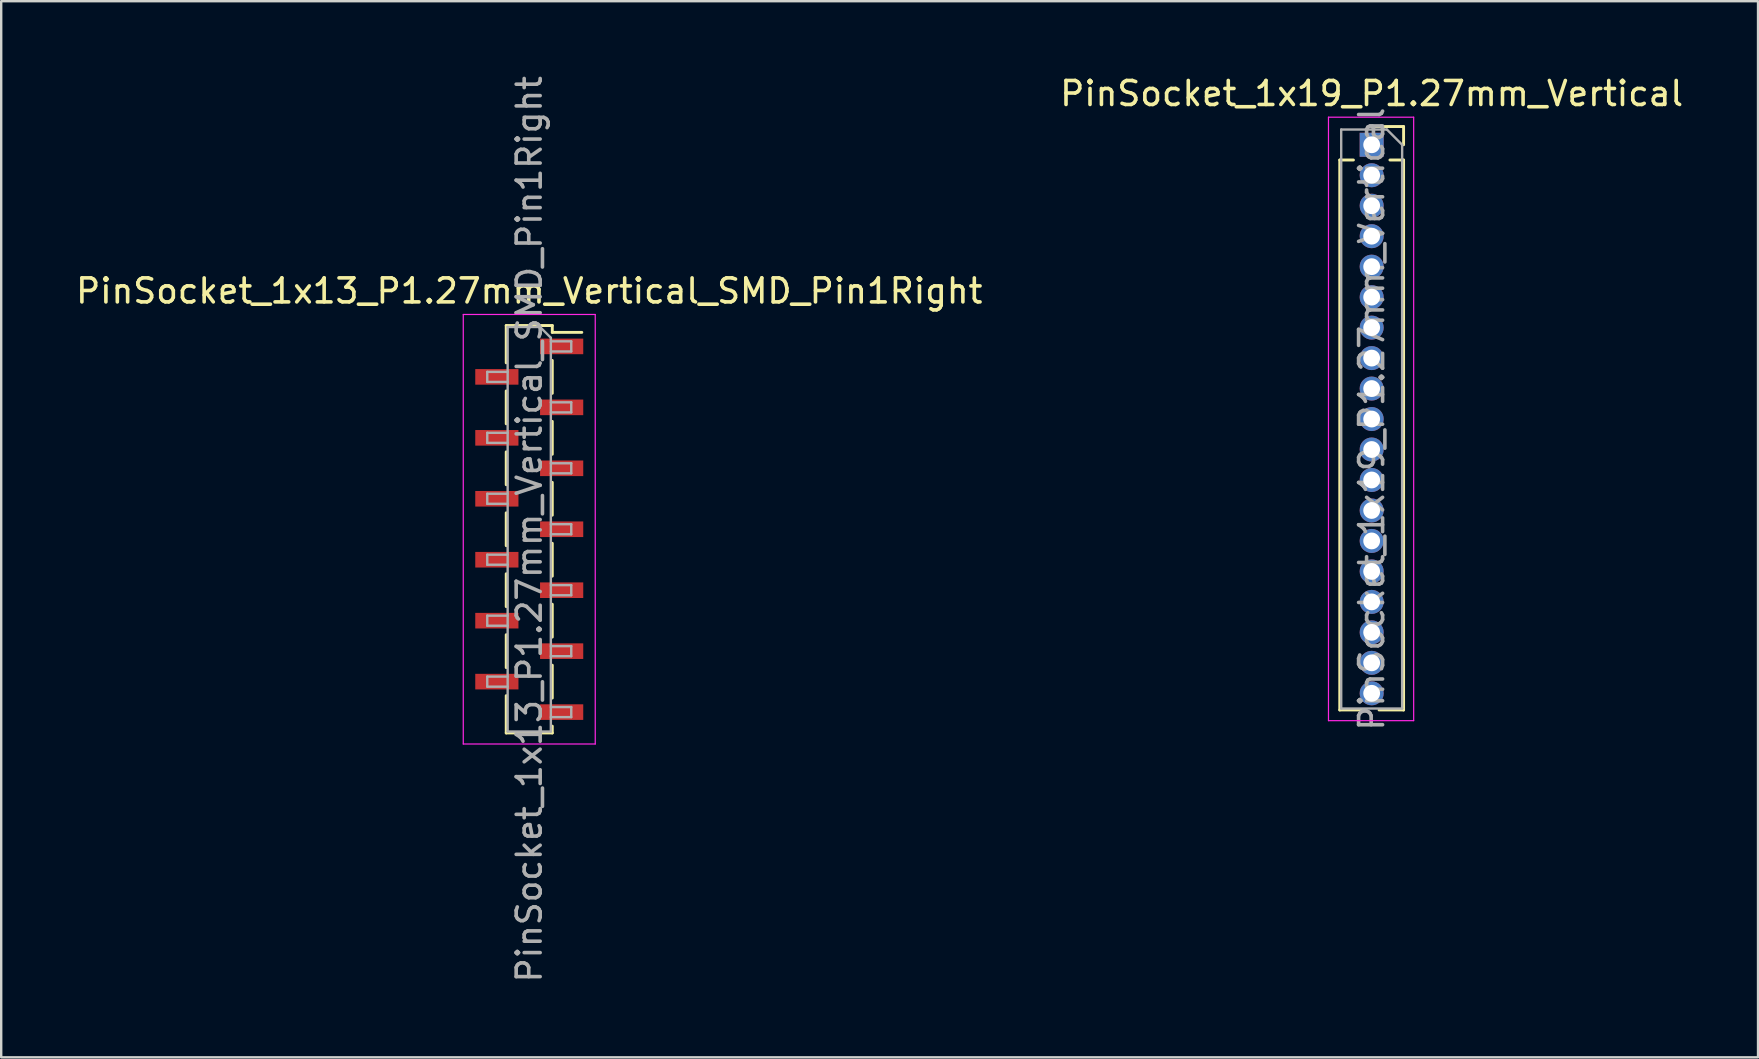
<source format=kicad_pcb>
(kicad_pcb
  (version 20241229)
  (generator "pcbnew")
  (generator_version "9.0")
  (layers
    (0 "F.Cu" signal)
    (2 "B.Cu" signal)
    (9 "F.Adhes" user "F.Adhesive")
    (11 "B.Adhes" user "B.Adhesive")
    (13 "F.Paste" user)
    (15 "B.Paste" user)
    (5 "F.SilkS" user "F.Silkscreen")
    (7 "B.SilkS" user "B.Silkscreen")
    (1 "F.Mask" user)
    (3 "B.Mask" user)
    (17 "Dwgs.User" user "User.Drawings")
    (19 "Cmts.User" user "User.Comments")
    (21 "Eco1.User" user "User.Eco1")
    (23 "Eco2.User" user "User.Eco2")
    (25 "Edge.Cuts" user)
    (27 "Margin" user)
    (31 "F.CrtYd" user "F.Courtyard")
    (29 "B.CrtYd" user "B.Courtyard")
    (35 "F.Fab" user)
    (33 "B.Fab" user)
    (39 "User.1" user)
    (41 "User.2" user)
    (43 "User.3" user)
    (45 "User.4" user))
  (footprint "PinSocket_1x19_P1.27mm_Vertical"
    (layer "F.Cu")
    (at 54.113 2.983)
    (property "Reference" "PinSocket_1x19_P1.27mm_Vertical" (at 0 -2.135 0) (layer "F.SilkS") (effects (font (size 1 1) (thickness 0.15))))
    (attr through_hole)
    (fp_line (start -1.33 0.635) (end -1.33 23.555) (stroke (width 0.12) (type solid)) (layer "F.SilkS"))
    (fp_line (start -1.33 0.635) (end -0.76 0.635) (stroke (width 0.12) (type solid)) (layer "F.SilkS"))
    (fp_line (start -1.33 23.555) (end -0.308 23.555) (stroke (width 0.12) (type solid)) (layer "F.SilkS"))
    (fp_line (start 0 -0.76) (end 1.33 -0.76) (stroke (width 0.12) (type solid)) (layer "F.SilkS"))
    (fp_line (start 0.308 23.555) (end 1.33 23.555) (stroke (width 0.12) (type solid)) (layer "F.SilkS"))
    (fp_line (start 0.76 0.635) (end 1.33 0.635) (stroke (width 0.12) (type solid)) (layer "F.SilkS"))
    (fp_line (start 1.33 -0.76) (end 1.33 0) (stroke (width 0.12) (type solid)) (layer "F.SilkS"))
    (fp_line (start 1.33 0.635) (end 1.33 23.555) (stroke (width 0.12) (type solid)) (layer "F.SilkS"))
    (fp_line (start -1.8 -1.15) (end 1.75 -1.15) (stroke (width 0.05) (type solid)) (layer "F.CrtYd"))
    (fp_line (start -1.8 24) (end -1.8 -1.15) (stroke (width 0.05) (type solid)) (layer "F.CrtYd"))
    (fp_line (start 1.75 -1.15) (end 1.75 24) (stroke (width 0.05) (type solid)) (layer "F.CrtYd"))
    (fp_line (start 1.75 24) (end -1.8 24) (stroke (width 0.05) (type solid)) (layer "F.CrtYd"))
    (fp_line (start -1.27 -0.635) (end 0.635 -0.635) (stroke (width 0.1) (type solid)) (layer "F.Fab"))
    (fp_line (start -1.27 23.495) (end -1.27 -0.635) (stroke (width 0.1) (type solid)) (layer "F.Fab"))
    (fp_line (start 0.635 -0.635) (end 1.27 0) (stroke (width 0.1) (type solid)) (layer "F.Fab"))
    (fp_line (start 1.27 0) (end 1.27 23.495) (stroke (width 0.1) (type solid)) (layer "F.Fab"))
    (fp_line (start 1.27 23.495) (end -1.27 23.495) (stroke (width 0.1) (type solid)) (layer "F.Fab"))
    (fp_text user "${REFERENCE}" (at 0 11.43 90) (layer "F.Fab") (effects (font (size 1 1) (thickness 0.15))))
    (pad "1" thru_hole rect (at 0 0) (size 1 1) (drill 0.7) (layers "*.Cu" "*.Mask"))
    (pad "2" thru_hole oval (at 0 1.27) (size 1 1) (drill 0.7) (layers "*.Cu" "*.Mask"))
    (pad "3" thru_hole oval (at 0 2.54) (size 1 1) (drill 0.7) (layers "*.Cu" "*.Mask"))
    (pad "4" thru_hole oval (at 0 3.81) (size 1 1) (drill 0.7) (layers "*.Cu" "*.Mask"))
    (pad "5" thru_hole oval (at 0 5.08) (size 1 1) (drill 0.7) (layers "*.Cu" "*.Mask"))
    (pad "6" thru_hole oval (at 0 6.35) (size 1 1) (drill 0.7) (layers "*.Cu" "*.Mask"))
    (pad "7" thru_hole oval (at 0 7.62) (size 1 1) (drill 0.7) (layers "*.Cu" "*.Mask"))
    (pad "8" thru_hole oval (at 0 8.89) (size 1 1) (drill 0.7) (layers "*.Cu" "*.Mask"))
    (pad "9" thru_hole oval (at 0 10.16) (size 1 1) (drill 0.7) (layers "*.Cu" "*.Mask"))
    (pad "10" thru_hole oval (at 0 11.43) (size 1 1) (drill 0.7) (layers "*.Cu" "*.Mask"))
    (pad "11" thru_hole oval (at 0 12.7) (size 1 1) (drill 0.7) (layers "*.Cu" "*.Mask"))
    (pad "12" thru_hole oval (at 0 13.97) (size 1 1) (drill 0.7) (layers "*.Cu" "*.Mask"))
    (pad "13" thru_hole oval (at 0 15.24) (size 1 1) (drill 0.7) (layers "*.Cu" "*.Mask"))
    (pad "14" thru_hole oval (at 0 16.51) (size 1 1) (drill 0.7) (layers "*.Cu" "*.Mask"))
    (pad "15" thru_hole oval (at 0 17.78) (size 1 1) (drill 0.7) (layers "*.Cu" "*.Mask"))
    (pad "16" thru_hole oval (at 0 19.05) (size 1 1) (drill 0.7) (layers "*.Cu" "*.Mask"))
    (pad "17" thru_hole oval (at 0 20.32) (size 1 1) (drill 0.7) (layers "*.Cu" "*.Mask"))
    (pad "18" thru_hole oval (at 0 21.59) (size 1 1) (drill 0.7) (layers "*.Cu" "*.Mask"))
    (pad "19" thru_hole oval (at 0 22.86) (size 1 1) (drill 0.7) (layers "*.Cu" "*.Mask")))
  (footprint "PinSocket_1x13_P1.27mm_Vertical_SMD_Pin1Right"
    (layer "F.Cu")
    (at 19.006 19.006)
    (property "Reference" "PinSocket_1x13_P1.27mm_Vertical_SMD_Pin1Right" (at 0 -9.93 0) (layer "F.SilkS") (effects (font (size 1 1) (thickness 0.15))))
    (attr smd)
    (fp_line (start -0.96 -8.49) (end -0.96 -6.935) (stroke (width 0.12) (type solid)) (layer "F.SilkS"))
    (fp_line (start -0.96 -8.49) (end 0.96 -8.49) (stroke (width 0.12) (type solid)) (layer "F.SilkS"))
    (fp_line (start -0.96 -5.765) (end -0.96 -4.395) (stroke (width 0.12) (type solid)) (layer "F.SilkS"))
    (fp_line (start -0.96 -3.225) (end -0.96 -1.855) (stroke (width 0.12) (type solid)) (layer "F.SilkS"))
    (fp_line (start -0.96 -0.685) (end -0.96 0.685) (stroke (width 0.12) (type solid)) (layer "F.SilkS"))
    (fp_line (start -0.96 1.855) (end -0.96 3.225) (stroke (width 0.12) (type solid)) (layer "F.SilkS"))
    (fp_line (start -0.96 4.395) (end -0.96 5.765) (stroke (width 0.12) (type solid)) (layer "F.SilkS"))
    (fp_line (start -0.96 6.935) (end -0.96 8.49) (stroke (width 0.12) (type solid)) (layer "F.SilkS"))
    (fp_line (start -0.96 8.49) (end 0.96 8.49) (stroke (width 0.12) (type solid)) (layer "F.SilkS"))
    (fp_line (start 0.96 -8.49) (end 0.96 -8.205) (stroke (width 0.12) (type solid)) (layer "F.SilkS"))
    (fp_line (start 0.96 -8.205) (end 2.19 -8.205) (stroke (width 0.12) (type solid)) (layer "F.SilkS"))
    (fp_line (start 0.96 -7.035) (end 0.96 -5.665) (stroke (width 0.12) (type solid)) (layer "F.SilkS"))
    (fp_line (start 0.96 -4.495) (end 0.96 -3.125) (stroke (width 0.12) (type solid)) (layer "F.SilkS"))
    (fp_line (start 0.96 -1.955) (end 0.96 -0.585) (stroke (width 0.12) (type solid)) (layer "F.SilkS"))
    (fp_line (start 0.96 0.585) (end 0.96 1.955) (stroke (width 0.12) (type solid)) (layer "F.SilkS"))
    (fp_line (start 0.96 3.125) (end 0.96 4.495) (stroke (width 0.12) (type solid)) (layer "F.SilkS"))
    (fp_line (start 0.96 5.665) (end 0.96 7.035) (stroke (width 0.12) (type solid)) (layer "F.SilkS"))
    (fp_line (start 0.96 8.205) (end 0.96 8.49) (stroke (width 0.12) (type solid)) (layer "F.SilkS"))
    (fp_line (start -2.75 -8.95) (end 2.75 -8.95) (stroke (width 0.05) (type solid)) (layer "F.CrtYd"))
    (fp_line (start -2.75 8.95) (end -2.75 -8.95) (stroke (width 0.05) (type solid)) (layer "F.CrtYd"))
    (fp_line (start 2.75 -8.95) (end 2.75 8.95) (stroke (width 0.05) (type solid)) (layer "F.CrtYd"))
    (fp_line (start 2.75 8.95) (end -2.75 8.95) (stroke (width 0.05) (type solid)) (layer "F.CrtYd"))
    (fp_line (start -1.75 -6.56) (end -0.9 -6.56) (stroke (width 0.1) (type solid)) (layer "F.Fab"))
    (fp_line (start -1.75 -6.14) (end -1.75 -6.56) (stroke (width 0.1) (type solid)) (layer "F.Fab"))
    (fp_line (start -1.75 -4.02) (end -0.9 -4.02) (stroke (width 0.1) (type solid)) (layer "F.Fab"))
    (fp_line (start -1.75 -3.6) (end -1.75 -4.02) (stroke (width 0.1) (type solid)) (layer "F.Fab"))
    (fp_line (start -1.75 -1.48) (end -0.9 -1.48) (stroke (width 0.1) (type solid)) (layer "F.Fab"))
    (fp_line (start -1.75 -1.06) (end -1.75 -1.48) (stroke (width 0.1) (type solid)) (layer "F.Fab"))
    (fp_line (start -1.75 1.06) (end -0.9 1.06) (stroke (width 0.1) (type solid)) (layer "F.Fab"))
    (fp_line (start -1.75 1.48) (end -1.75 1.06) (stroke (width 0.1) (type solid)) (layer "F.Fab"))
    (fp_line (start -1.75 3.6) (end -0.9 3.6) (stroke (width 0.1) (type solid)) (layer "F.Fab"))
    (fp_line (start -1.75 4.02) (end -1.75 3.6) (stroke (width 0.1) (type solid)) (layer "F.Fab"))
    (fp_line (start -1.75 6.14) (end -0.9 6.14) (stroke (width 0.1) (type solid)) (layer "F.Fab"))
    (fp_line (start -1.75 6.56) (end -1.75 6.14) (stroke (width 0.1) (type solid)) (layer "F.Fab"))
    (fp_line (start -0.9 -8.43) (end 0.45 -8.43) (stroke (width 0.1) (type solid)) (layer "F.Fab"))
    (fp_line (start -0.9 -6.14) (end -1.75 -6.14) (stroke (width 0.1) (type solid)) (layer "F.Fab"))
    (fp_line (start -0.9 -3.6) (end -1.75 -3.6) (stroke (width 0.1) (type solid)) (layer "F.Fab"))
    (fp_line (start -0.9 -1.06) (end -1.75 -1.06) (stroke (width 0.1) (type solid)) (layer "F.Fab"))
    (fp_line (start -0.9 1.48) (end -1.75 1.48) (stroke (width 0.1) (type solid)) (layer "F.Fab"))
    (fp_line (start -0.9 4.02) (end -1.75 4.02) (stroke (width 0.1) (type solid)) (layer "F.Fab"))
    (fp_line (start -0.9 6.56) (end -1.75 6.56) (stroke (width 0.1) (type solid)) (layer "F.Fab"))
    (fp_line (start -0.9 8.43) (end -0.9 -8.43) (stroke (width 0.1) (type solid)) (layer "F.Fab"))
    (fp_line (start 0.45 -8.43) (end 0.9 -7.98) (stroke (width 0.1) (type solid)) (layer "F.Fab"))
    (fp_line (start 0.9 -7.98) (end 0.9 8.43) (stroke (width 0.1) (type solid)) (layer "F.Fab"))
    (fp_line (start 0.9 -7.83) (end 1.75 -7.83) (stroke (width 0.1) (type solid)) (layer "F.Fab"))
    (fp_line (start 0.9 -5.29) (end 1.75 -5.29) (stroke (width 0.1) (type solid)) (layer "F.Fab"))
    (fp_line (start 0.9 -2.75) (end 1.75 -2.75) (stroke (width 0.1) (type solid)) (layer "F.Fab"))
    (fp_line (start 0.9 -0.21) (end 1.75 -0.21) (stroke (width 0.1) (type solid)) (layer "F.Fab"))
    (fp_line (start 0.9 2.33) (end 1.75 2.33) (stroke (width 0.1) (type solid)) (layer "F.Fab"))
    (fp_line (start 0.9 4.87) (end 1.75 4.87) (stroke (width 0.1) (type solid)) (layer "F.Fab"))
    (fp_line (start 0.9 7.41) (end 1.75 7.41) (stroke (width 0.1) (type solid)) (layer "F.Fab"))
    (fp_line (start 0.9 8.43) (end -0.9 8.43) (stroke (width 0.1) (type solid)) (layer "F.Fab"))
    (fp_line (start 1.75 -7.83) (end 1.75 -7.41) (stroke (width 0.1) (type solid)) (layer "F.Fab"))
    (fp_line (start 1.75 -7.41) (end 0.9 -7.41) (stroke (width 0.1) (type solid)) (layer "F.Fab"))
    (fp_line (start 1.75 -5.29) (end 1.75 -4.87) (stroke (width 0.1) (type solid)) (layer "F.Fab"))
    (fp_line (start 1.75 -4.87) (end 0.9 -4.87) (stroke (width 0.1) (type solid)) (layer "F.Fab"))
    (fp_line (start 1.75 -2.75) (end 1.75 -2.33) (stroke (width 0.1) (type solid)) (layer "F.Fab"))
    (fp_line (start 1.75 -2.33) (end 0.9 -2.33) (stroke (width 0.1) (type solid)) (layer "F.Fab"))
    (fp_line (start 1.75 -0.21) (end 1.75 0.21) (stroke (width 0.1) (type solid)) (layer "F.Fab"))
    (fp_line (start 1.75 0.21) (end 0.9 0.21) (stroke (width 0.1) (type solid)) (layer "F.Fab"))
    (fp_line (start 1.75 2.33) (end 1.75 2.75) (stroke (width 0.1) (type solid)) (layer "F.Fab"))
    (fp_line (start 1.75 2.75) (end 0.9 2.75) (stroke (width 0.1) (type solid)) (layer "F.Fab"))
    (fp_line (start 1.75 4.87) (end 1.75 5.29) (stroke (width 0.1) (type solid)) (layer "F.Fab"))
    (fp_line (start 1.75 5.29) (end 0.9 5.29) (stroke (width 0.1) (type solid)) (layer "F.Fab"))
    (fp_line (start 1.75 7.41) (end 1.75 7.83) (stroke (width 0.1) (type solid)) (layer "F.Fab"))
    (fp_line (start 1.75 7.83) (end 0.9 7.83) (stroke (width 0.1) (type solid)) (layer "F.Fab"))
    (fp_text user "${REFERENCE}" (at 0 0 90) (layer "F.Fab") (effects (font (size 1 1) (thickness 0.15))))
    (pad "1" smd rect (at 1.35 -7.62) (size 1.8 0.65) (layers "F.Cu" "F.Mask" "F.Paste"))
    (pad "2" smd rect (at -1.35 -6.35) (size 1.8 0.65) (layers "F.Cu" "F.Mask" "F.Paste"))
    (pad "3" smd rect (at 1.35 -5.08) (size 1.8 0.65) (layers "F.Cu" "F.Mask" "F.Paste"))
    (pad "4" smd rect (at -1.35 -3.81) (size 1.8 0.65) (layers "F.Cu" "F.Mask" "F.Paste"))
    (pad "5" smd rect (at 1.35 -2.54) (size 1.8 0.65) (layers "F.Cu" "F.Mask" "F.Paste"))
    (pad "6" smd rect (at -1.35 -1.27) (size 1.8 0.65) (layers "F.Cu" "F.Mask" "F.Paste"))
    (pad "7" smd rect (at 1.35 0) (size 1.8 0.65) (layers "F.Cu" "F.Mask" "F.Paste"))
    (pad "8" smd rect (at -1.35 1.27) (size 1.8 0.65) (layers "F.Cu" "F.Mask" "F.Paste"))
    (pad "9" smd rect (at 1.35 2.54) (size 1.8 0.65) (layers "F.Cu" "F.Mask" "F.Paste"))
    (pad "10" smd rect (at -1.35 3.81) (size 1.8 0.65) (layers "F.Cu" "F.Mask" "F.Paste"))
    (pad "11" smd rect (at 1.35 5.08) (size 1.8 0.65) (layers "F.Cu" "F.Mask" "F.Paste"))
    (pad "12" smd rect (at -1.35 6.35) (size 1.8 0.65) (layers "F.Cu" "F.Mask" "F.Paste"))
    (pad "13" smd rect (at 1.35 7.62) (size 1.8 0.65) (layers "F.Cu" "F.Mask" "F.Paste")))
  (gr_rect
    (start -3 -3)
    (end 70.214 41.012)
    (stroke (width 0.1) (type default))
    (fill no)
    (layer "Edge.Cuts")))
</source>
